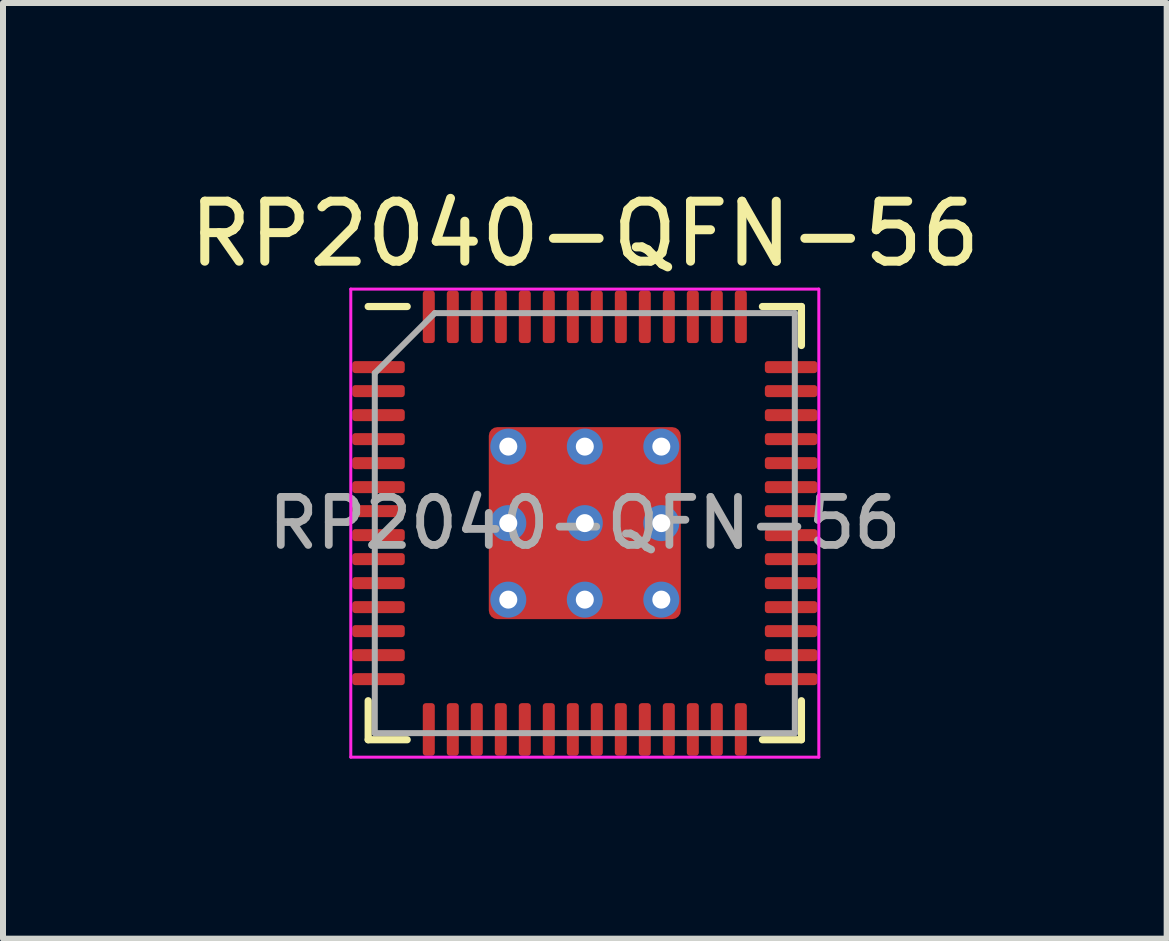
<source format=kicad_pcb>
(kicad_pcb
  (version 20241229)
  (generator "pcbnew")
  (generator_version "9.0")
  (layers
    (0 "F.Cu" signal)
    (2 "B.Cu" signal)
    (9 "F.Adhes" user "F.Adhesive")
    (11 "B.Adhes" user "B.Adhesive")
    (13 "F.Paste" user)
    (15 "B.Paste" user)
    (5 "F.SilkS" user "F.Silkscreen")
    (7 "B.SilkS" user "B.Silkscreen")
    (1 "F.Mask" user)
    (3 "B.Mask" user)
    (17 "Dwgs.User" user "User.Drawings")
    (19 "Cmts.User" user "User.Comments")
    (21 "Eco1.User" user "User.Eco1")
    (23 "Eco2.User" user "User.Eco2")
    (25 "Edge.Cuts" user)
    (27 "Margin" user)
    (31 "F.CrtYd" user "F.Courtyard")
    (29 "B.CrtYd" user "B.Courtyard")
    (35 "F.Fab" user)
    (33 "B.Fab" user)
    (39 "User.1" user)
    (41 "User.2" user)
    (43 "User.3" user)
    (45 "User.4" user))
  (footprint "RP2040-QFN-56"
    (layer "F.Cu")
    (at 6.696 5.668)
    (property "Reference" "RP2040-QFN-56" (at 0 -4.82 0) (layer "F.SilkS") (effects (font (size 1 1) (thickness 0.15))))
    (attr smd)
    (fp_line (start -3.61 3.61) (end -3.61 2.96) (stroke (width 0.12) (type solid)) (layer "F.SilkS"))
    (fp_line (start -2.96 -3.61) (end -3.61 -3.61) (stroke (width 0.12) (type solid)) (layer "F.SilkS"))
    (fp_line (start -2.96 3.61) (end -3.61 3.61) (stroke (width 0.12) (type solid)) (layer "F.SilkS"))
    (fp_line (start 2.96 -3.61) (end 3.61 -3.61) (stroke (width 0.12) (type solid)) (layer "F.SilkS"))
    (fp_line (start 2.96 3.61) (end 3.61 3.61) (stroke (width 0.12) (type solid)) (layer "F.SilkS"))
    (fp_line (start 3.61 -3.61) (end 3.61 -2.96) (stroke (width 0.12) (type solid)) (layer "F.SilkS"))
    (fp_line (start 3.61 3.61) (end 3.61 2.96) (stroke (width 0.12) (type solid)) (layer "F.SilkS"))
    (fp_line (start -3.9 -3.9) (end -3.9 3.9) (stroke (width 0.05) (type solid)) (layer "F.CrtYd"))
    (fp_line (start -3.9 3.9) (end 3.9 3.9) (stroke (width 0.05) (type solid)) (layer "F.CrtYd"))
    (fp_line (start 3.9 -3.9) (end -3.9 -3.9) (stroke (width 0.05) (type solid)) (layer "F.CrtYd"))
    (fp_line (start 3.9 3.9) (end 3.9 -3.9) (stroke (width 0.05) (type solid)) (layer "F.CrtYd"))
    (fp_line (start -3.5 -2.5) (end -2.5 -3.5) (stroke (width 0.1) (type solid)) (layer "F.Fab"))
    (fp_line (start -3.5 3.5) (end -3.5 -2.5) (stroke (width 0.1) (type solid)) (layer "F.Fab"))
    (fp_line (start -2.5 -3.5) (end 3.5 -3.5) (stroke (width 0.1) (type solid)) (layer "F.Fab"))
    (fp_line (start 3.5 -3.5) (end 3.5 3.5) (stroke (width 0.1) (type solid)) (layer "F.Fab"))
    (fp_line (start 3.5 3.5) (end -3.5 3.5) (stroke (width 0.1) (type solid)) (layer "F.Fab"))
    (fp_text user "${REFERENCE}" (at 0 0 0) (layer "F.Fab") (effects (font (size 0.8 0.8) (thickness 0.13))))
    (pad "" smd roundrect (at -0.637 -0.637) (size 1.084 1.084) (layers "F.Paste") (roundrect_rratio 0.231))
    (pad "" smd roundrect (at -0.637 0.637) (size 1.084 1.084) (layers "F.Paste") (roundrect_rratio 0.231))
    (pad "" smd roundrect (at 0.637 -0.637) (size 1.084 1.084) (layers "F.Paste") (roundrect_rratio 0.231))
    (pad "" smd roundrect (at 0.637 0.637) (size 1.084 1.084) (layers "F.Paste") (roundrect_rratio 0.231))
    (pad "1" smd roundrect (at -3.438 -2.6) (size 0.875 0.2) (layers "F.Cu" "F.Mask" "F.Paste") (roundrect_rratio 0.25))
    (pad "2" smd roundrect (at -3.438 -2.2) (size 0.875 0.2) (layers "F.Cu" "F.Mask" "F.Paste") (roundrect_rratio 0.25))
    (pad "3" smd roundrect (at -3.438 -1.8) (size 0.875 0.2) (layers "F.Cu" "F.Mask" "F.Paste") (roundrect_rratio 0.25))
    (pad "4" smd roundrect (at -3.438 -1.4) (size 0.875 0.2) (layers "F.Cu" "F.Mask" "F.Paste") (roundrect_rratio 0.25))
    (pad "5" smd roundrect (at -3.438 -1) (size 0.875 0.2) (layers "F.Cu" "F.Mask" "F.Paste") (roundrect_rratio 0.25))
    (pad "6" smd roundrect (at -3.438 -0.6) (size 0.875 0.2) (layers "F.Cu" "F.Mask" "F.Paste") (roundrect_rratio 0.25))
    (pad "7" smd roundrect (at -3.438 -0.2) (size 0.875 0.2) (layers "F.Cu" "F.Mask" "F.Paste") (roundrect_rratio 0.25))
    (pad "8" smd roundrect (at -3.438 0.2) (size 0.875 0.2) (layers "F.Cu" "F.Mask" "F.Paste") (roundrect_rratio 0.25))
    (pad "9" smd roundrect (at -3.438 0.6) (size 0.875 0.2) (layers "F.Cu" "F.Mask" "F.Paste") (roundrect_rratio 0.25))
    (pad "10" smd roundrect (at -3.438 1) (size 0.875 0.2) (layers "F.Cu" "F.Mask" "F.Paste") (roundrect_rratio 0.25))
    (pad "11" smd roundrect (at -3.438 1.4) (size 0.875 0.2) (layers "F.Cu" "F.Mask" "F.Paste") (roundrect_rratio 0.25))
    (pad "12" smd roundrect (at -3.438 1.8) (size 0.875 0.2) (layers "F.Cu" "F.Mask" "F.Paste") (roundrect_rratio 0.25))
    (pad "13" smd roundrect (at -3.438 2.2) (size 0.875 0.2) (layers "F.Cu" "F.Mask" "F.Paste") (roundrect_rratio 0.25))
    (pad "14" smd roundrect (at -3.438 2.6) (size 0.875 0.2) (layers "F.Cu" "F.Mask" "F.Paste") (roundrect_rratio 0.25))
    (pad "15" smd roundrect (at -2.6 3.438) (size 0.2 0.875) (layers "F.Cu" "F.Mask" "F.Paste") (roundrect_rratio 0.25))
    (pad "16" smd roundrect (at -2.2 3.438) (size 0.2 0.875) (layers "F.Cu" "F.Mask" "F.Paste") (roundrect_rratio 0.25))
    (pad "17" smd roundrect (at -1.8 3.438) (size 0.2 0.875) (layers "F.Cu" "F.Mask" "F.Paste") (roundrect_rratio 0.25))
    (pad "18" smd roundrect (at -1.4 3.438) (size 0.2 0.875) (layers "F.Cu" "F.Mask" "F.Paste") (roundrect_rratio 0.25))
    (pad "19" smd roundrect (at -1 3.438) (size 0.2 0.875) (layers "F.Cu" "F.Mask" "F.Paste") (roundrect_rratio 0.25))
    (pad "20" smd roundrect (at -0.6 3.438) (size 0.2 0.875) (layers "F.Cu" "F.Mask" "F.Paste") (roundrect_rratio 0.25))
    (pad "21" smd roundrect (at -0.2 3.438) (size 0.2 0.875) (layers "F.Cu" "F.Mask" "F.Paste") (roundrect_rratio 0.25))
    (pad "22" smd roundrect (at 0.2 3.438) (size 0.2 0.875) (layers "F.Cu" "F.Mask" "F.Paste") (roundrect_rratio 0.25))
    (pad "23" smd roundrect (at 0.6 3.438) (size 0.2 0.875) (layers "F.Cu" "F.Mask" "F.Paste") (roundrect_rratio 0.25))
    (pad "24" smd roundrect (at 1 3.438) (size 0.2 0.875) (layers "F.Cu" "F.Mask" "F.Paste") (roundrect_rratio 0.25))
    (pad "25" smd roundrect (at 1.4 3.438) (size 0.2 0.875) (layers "F.Cu" "F.Mask" "F.Paste") (roundrect_rratio 0.25))
    (pad "26" smd roundrect (at 1.8 3.438) (size 0.2 0.875) (layers "F.Cu" "F.Mask" "F.Paste") (roundrect_rratio 0.25))
    (pad "27" smd roundrect (at 2.2 3.438) (size 0.2 0.875) (layers "F.Cu" "F.Mask" "F.Paste") (roundrect_rratio 0.25))
    (pad "28" smd roundrect (at 2.6 3.438) (size 0.2 0.875) (layers "F.Cu" "F.Mask" "F.Paste") (roundrect_rratio 0.25))
    (pad "29" smd roundrect (at 3.438 2.6) (size 0.875 0.2) (layers "F.Cu" "F.Mask" "F.Paste") (roundrect_rratio 0.25))
    (pad "30" smd roundrect (at 3.438 2.2) (size 0.875 0.2) (layers "F.Cu" "F.Mask" "F.Paste") (roundrect_rratio 0.25))
    (pad "31" smd roundrect (at 3.438 1.8) (size 0.875 0.2) (layers "F.Cu" "F.Mask" "F.Paste") (roundrect_rratio 0.25))
    (pad "32" smd roundrect (at 3.438 1.4) (size 0.875 0.2) (layers "F.Cu" "F.Mask" "F.Paste") (roundrect_rratio 0.25))
    (pad "33" smd roundrect (at 3.438 1) (size 0.875 0.2) (layers "F.Cu" "F.Mask" "F.Paste") (roundrect_rratio 0.25))
    (pad "34" smd roundrect (at 3.438 0.6) (size 0.875 0.2) (layers "F.Cu" "F.Mask" "F.Paste") (roundrect_rratio 0.25))
    (pad "35" smd roundrect (at 3.438 0.2) (size 0.875 0.2) (layers "F.Cu" "F.Mask" "F.Paste") (roundrect_rratio 0.25))
    (pad "36" smd roundrect (at 3.438 -0.2) (size 0.875 0.2) (layers "F.Cu" "F.Mask" "F.Paste") (roundrect_rratio 0.25))
    (pad "37" smd roundrect (at 3.438 -0.6) (size 0.875 0.2) (layers "F.Cu" "F.Mask" "F.Paste") (roundrect_rratio 0.25))
    (pad "38" smd roundrect (at 3.438 -1) (size 0.875 0.2) (layers "F.Cu" "F.Mask" "F.Paste") (roundrect_rratio 0.25))
    (pad "39" smd roundrect (at 3.438 -1.4) (size 0.875 0.2) (layers "F.Cu" "F.Mask" "F.Paste") (roundrect_rratio 0.25))
    (pad "40" smd roundrect (at 3.438 -1.8) (size 0.875 0.2) (layers "F.Cu" "F.Mask" "F.Paste") (roundrect_rratio 0.25))
    (pad "41" smd roundrect (at 3.438 -2.2) (size 0.875 0.2) (layers "F.Cu" "F.Mask" "F.Paste") (roundrect_rratio 0.25))
    (pad "42" smd roundrect (at 3.438 -2.6) (size 0.875 0.2) (layers "F.Cu" "F.Mask" "F.Paste") (roundrect_rratio 0.25))
    (pad "43" smd roundrect (at 2.6 -3.438) (size 0.2 0.875) (layers "F.Cu" "F.Mask" "F.Paste") (roundrect_rratio 0.25))
    (pad "44" smd roundrect (at 2.2 -3.438) (size 0.2 0.875) (layers "F.Cu" "F.Mask" "F.Paste") (roundrect_rratio 0.25))
    (pad "45" smd roundrect (at 1.8 -3.438) (size 0.2 0.875) (layers "F.Cu" "F.Mask" "F.Paste") (roundrect_rratio 0.25))
    (pad "46" smd roundrect (at 1.4 -3.438) (size 0.2 0.875) (layers "F.Cu" "F.Mask" "F.Paste") (roundrect_rratio 0.25))
    (pad "47" smd roundrect (at 1 -3.438) (size 0.2 0.875) (layers "F.Cu" "F.Mask" "F.Paste") (roundrect_rratio 0.25))
    (pad "48" smd roundrect (at 0.6 -3.438) (size 0.2 0.875) (layers "F.Cu" "F.Mask" "F.Paste") (roundrect_rratio 0.25))
    (pad "49" smd roundrect (at 0.2 -3.438) (size 0.2 0.875) (layers "F.Cu" "F.Mask" "F.Paste") (roundrect_rratio 0.25))
    (pad "50" smd roundrect (at -0.2 -3.438) (size 0.2 0.875) (layers "F.Cu" "F.Mask" "F.Paste") (roundrect_rratio 0.25))
    (pad "51" smd roundrect (at -0.6 -3.438) (size 0.2 0.875) (layers "F.Cu" "F.Mask" "F.Paste") (roundrect_rratio 0.25))
    (pad "52" smd roundrect (at -1 -3.438) (size 0.2 0.875) (layers "F.Cu" "F.Mask" "F.Paste") (roundrect_rratio 0.25))
    (pad "53" smd roundrect (at -1.4 -3.438) (size 0.2 0.875) (layers "F.Cu" "F.Mask" "F.Paste") (roundrect_rratio 0.25))
    (pad "54" smd roundrect (at -1.8 -3.438) (size 0.2 0.875) (layers "F.Cu" "F.Mask" "F.Paste") (roundrect_rratio 0.25))
    (pad "55" smd roundrect (at -2.2 -3.438) (size 0.2 0.875) (layers "F.Cu" "F.Mask" "F.Paste") (roundrect_rratio 0.25))
    (pad "56" smd roundrect (at -2.6 -3.438) (size 0.2 0.875) (layers "F.Cu" "F.Mask" "F.Paste") (roundrect_rratio 0.25))
    (pad "57" thru_hole circle (at -1.275 -1.275) (size 0.6 0.6) (drill 0.3) (layers "*.Cu"))
    (pad "57" thru_hole circle (at -1.275 0) (size 0.6 0.6) (drill 0.3) (layers "*.Cu"))
    (pad "57" thru_hole circle (at -1.275 1.275) (size 0.6 0.6) (drill 0.3) (layers "*.Cu"))
    (pad "57" thru_hole circle (at 0 -1.275) (size 0.6 0.6) (drill 0.3) (layers "*.Cu"))
    (pad "57" thru_hole circle (at 0 0) (size 0.6 0.6) (drill 0.3) (layers "*.Cu"))
    (pad "57" smd roundrect (at 0 0) (size 3.2 3.2) (layers "F.Cu" "F.Mask") (roundrect_rratio 0.045))
    (pad "57" thru_hole circle (at 0 1.275) (size 0.6 0.6) (drill 0.3) (layers "*.Cu"))
    (pad "57" thru_hole circle (at 1.275 -1.275) (size 0.6 0.6) (drill 0.3) (layers "*.Cu"))
    (pad "57" thru_hole circle (at 1.275 0) (size 0.6 0.6) (drill 0.3) (layers "*.Cu"))
    (pad "57" thru_hole circle (at 1.275 1.275) (size 0.6 0.6) (drill 0.3) (layers "*.Cu")))
  (gr_rect
    (start -3 -3)
    (end 16.393 12.593)
    (stroke (width 0.1) (type default))
    (fill no)
    (layer "Edge.Cuts")))
</source>
